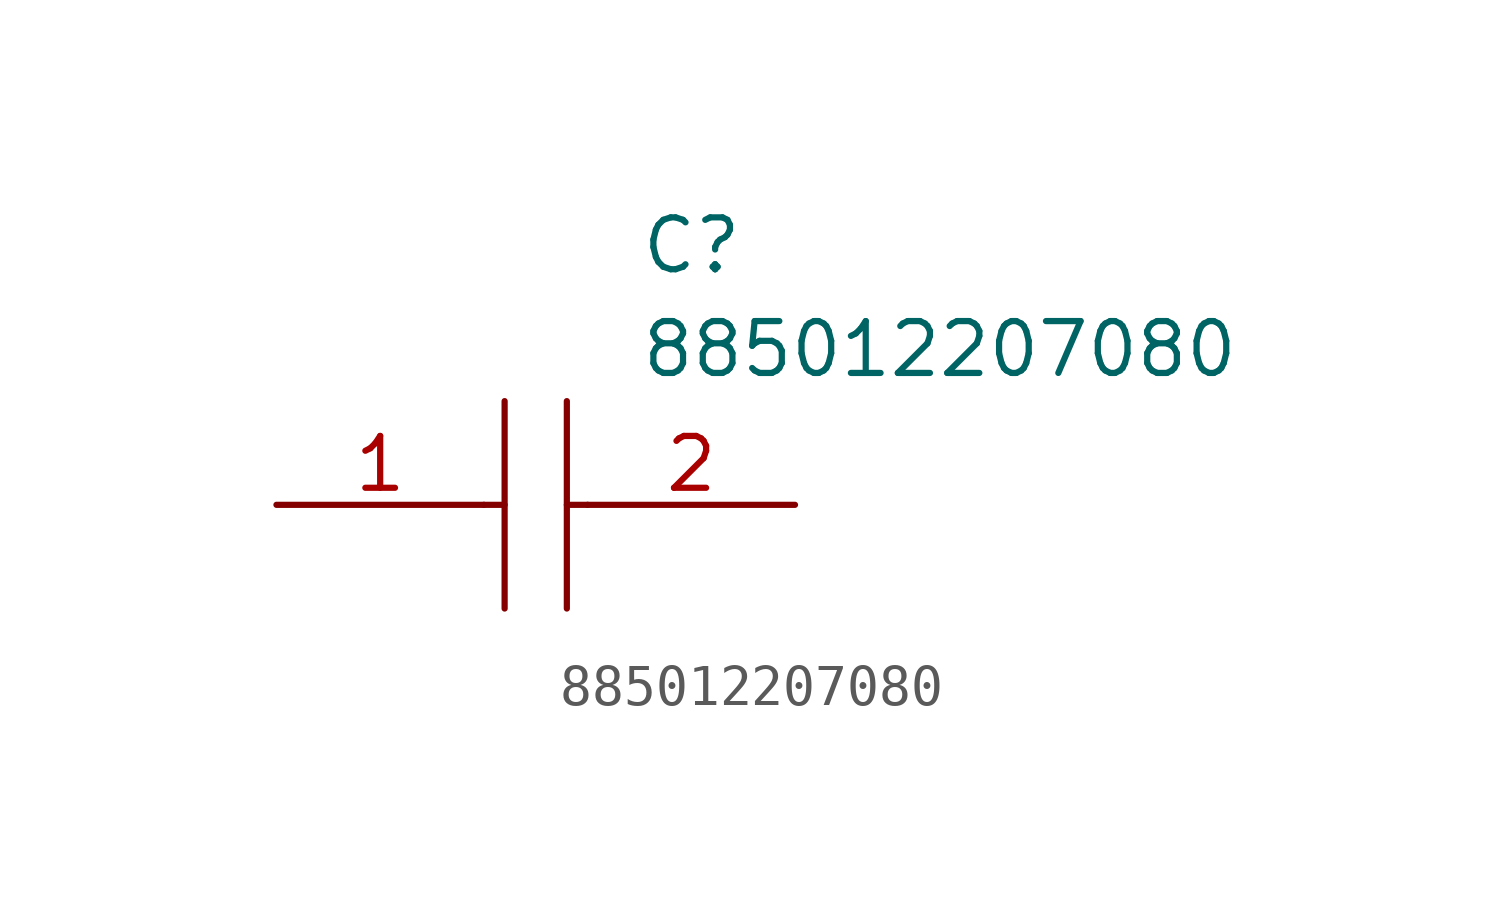
<source format=kicad_sym>
(kicad_symbol_lib
  (version 20211014)
  (generator kicad_symbol_editor)
  (symbol "885012207080"
    (pin_names
      (offset 0.762))
    (property "Reference" "C"
      (at 8.89 6.35 0)
      (effects (font (size 1.27 1.27)) (justify left)))
    (property "Value" "885012207080"
      (at 8.89 3.81 0)
      (effects (font (size 1.27 1.27)) (justify left)))
    (symbol "885012207080_0_0"
      (pin passive line (at 0 0 0) (length 5.08) (name "~" (effects (font (size 1.27 1.27)))) (number "1" (effects (font (size 1.27 1.27)))))
      (pin passive line (at 12.7 0 180) (length 5.08) (name "~" (effects (font (size 1.27 1.27)))) (number "2" (effects (font (size 1.27 1.27))))))
    (symbol "885012207080_0_1"
      (polyline (pts (xy 5.08 0) (xy 5.588 0)) (stroke (width 0.152) (type default) (color 0 0 0 0)) (fill (type background)))
      (polyline (pts (xy 5.588 2.54) (xy 5.588 -2.54)) (stroke (width 0.152) (type default) (color 0 0 0 0)) (fill (type background)))
      (polyline (pts (xy 7.112 0) (xy 7.62 0)) (stroke (width 0.152) (type default) (color 0 0 0 0)) (fill (type background)))
      (polyline (pts (xy 7.112 2.54) (xy 7.112 -2.54)) (stroke (width 0.152) (type default) (color 0 0 0 0)) (fill (type background))))))
</source>
